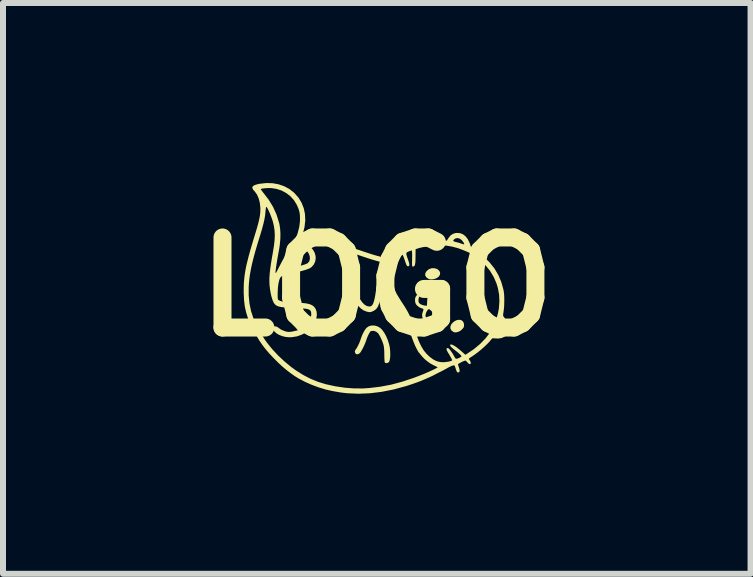
<source format=kicad_pcb>
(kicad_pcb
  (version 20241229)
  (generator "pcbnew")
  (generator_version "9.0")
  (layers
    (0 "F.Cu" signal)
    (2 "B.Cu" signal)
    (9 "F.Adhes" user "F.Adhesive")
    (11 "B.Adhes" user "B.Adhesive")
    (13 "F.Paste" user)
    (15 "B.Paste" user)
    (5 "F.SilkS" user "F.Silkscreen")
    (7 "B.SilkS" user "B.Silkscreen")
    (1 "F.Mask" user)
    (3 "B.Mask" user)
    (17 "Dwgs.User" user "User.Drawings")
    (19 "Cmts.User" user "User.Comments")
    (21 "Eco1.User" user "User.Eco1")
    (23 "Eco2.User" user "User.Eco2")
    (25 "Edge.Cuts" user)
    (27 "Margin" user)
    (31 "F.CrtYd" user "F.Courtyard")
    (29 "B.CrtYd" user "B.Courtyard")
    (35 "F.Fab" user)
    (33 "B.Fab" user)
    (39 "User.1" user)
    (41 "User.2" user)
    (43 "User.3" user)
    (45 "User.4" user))
  (footprint "LOGO"
    (layer "F.Cu")
    (at 3.229 1.729)
    (property "Reference" "LOGO" (at 0 0 0) (layer "F.SilkS") (effects (font (size 1.5 1.5) (thickness 0.3))))
    (attr board_only exclude_from_pos_files exclude_from_bom)
    (fp_poly (pts (xy 0.995 -0.3) (xy 1.015 -0.29) (xy 1.043 -0.263) (xy 1.055 -0.233) (xy 1.052 -0.202) (xy 1.035 -0.173) (xy 1.005 -0.149) (xy 0.967 -0.132) (xy 0.92 -0.123) (xy 0.882 -0.125) (xy 0.851 -0.138) (xy 0.82 -0.164) (xy 0.806 -0.194) (xy 0.809 -0.227) (xy 0.828 -0.26) (xy 0.864 -0.291) (xy 0.907 -0.308) (xy 0.952 -0.311)) (stroke (width 0) (type solid)) (fill yes) (layer "F.SilkS"))
    (fp_poly (pts (xy 1.406 0.555) (xy 1.433 0.575) (xy 1.45 0.606) (xy 1.454 0.638) (xy 1.452 0.663) (xy 1.443 0.683) (xy 1.423 0.706) (xy 1.421 0.708) (xy 1.391 0.734) (xy 1.359 0.75) (xy 1.354 0.752) (xy 1.323 0.759) (xy 1.302 0.76) (xy 1.282 0.754) (xy 1.27 0.748) (xy 1.241 0.725) (xy 1.227 0.696) (xy 1.226 0.663) (xy 1.238 0.63) (xy 1.263 0.599) (xy 1.298 0.572) (xy 1.329 0.557) (xy 1.37 0.549)) (stroke (width 0) (type solid)) (fill yes) (layer "F.SilkS"))
    (fp_poly (pts (xy -0.384 -0.214) (xy -0.372 -0.206) (xy -0.363 -0.189) (xy -0.358 -0.161) (xy -0.354 -0.12) (xy -0.352 -0.089) (xy -0.344 -0.005) (xy -0.328 0.074) (xy -0.306 0.145) (xy -0.278 0.207) (xy -0.244 0.258) (xy -0.207 0.296) (xy -0.167 0.32) (xy -0.124 0.329) (xy -0.123 0.329) (xy -0.101 0.325) (xy -0.083 0.313) (xy -0.067 0.291) (xy -0.053 0.258) (xy -0.04 0.212) (xy -0.028 0.152) (xy -0.016 0.076) (xy -0.013 0.05) (xy -0.004 -0.01) (xy 0.005 -0.054) (xy 0.014 -0.085) (xy 0.026 -0.103) (xy 0.04 -0.111) (xy 0.058 -0.111) (xy 0.069 -0.108) (xy 0.085 -0.1) (xy 0.094 -0.087) (xy 0.097 -0.065) (xy 0.095 -0.031) (xy 0.09 0.009) (xy 0.076 0.094) (xy 0.064 0.163) (xy 0.053 0.219) (xy 0.042 0.264) (xy 0.031 0.299) (xy 0.019 0.327) (xy 0.006 0.349) (xy -0.009 0.368) (xy -0.02 0.379) (xy -0.041 0.394) (xy -0.069 0.409) (xy -0.096 0.419) (xy -0.118 0.423) (xy -0.121 0.423) (xy -0.132 0.421) (xy -0.153 0.417) (xy -0.163 0.415) (xy -0.215 0.396) (xy -0.266 0.362) (xy -0.313 0.315) (xy -0.355 0.256) (xy -0.37 0.229) (xy -0.397 0.167) (xy -0.419 0.094) (xy -0.436 0.016) (xy -0.446 -0.06) (xy -0.449 -0.129) (xy -0.448 -0.143) (xy -0.444 -0.18) (xy -0.436 -0.202) (xy -0.423 -0.213) (xy -0.401 -0.216) (xy -0.401 -0.216)) (stroke (width 0) (type solid)) (fill yes) (layer "F.SilkS"))
    (fp_poly (pts (xy 0.008 0.658) (xy 0.051 0.681) (xy 0.088 0.716) (xy 0.124 0.765) (xy 0.156 0.824) (xy 0.184 0.891) (xy 0.206 0.962) (xy 0.217 1.014) (xy 0.222 1.063) (xy 0.224 1.114) (xy 0.223 1.163) (xy 0.218 1.206) (xy 0.21 1.238) (xy 0.205 1.25) (xy 0.187 1.265) (xy 0.165 1.272) (xy 0.144 1.27) (xy 0.133 1.261) (xy 0.13 1.249) (xy 0.128 1.223) (xy 0.126 1.187) (xy 0.125 1.143) (xy 0.125 1.129) (xy 0.124 1.073) (xy 0.121 1.03) (xy 0.117 0.996) (xy 0.111 0.966) (xy 0.107 0.952) (xy 0.091 0.908) (xy 0.071 0.862) (xy 0.05 0.82) (xy 0.03 0.786) (xy 0.019 0.772) (xy -0.013 0.747) (xy -0.05 0.734) (xy -0.089 0.736) (xy -0.1 0.739) (xy -0.111 0.75) (xy -0.126 0.773) (xy -0.142 0.804) (xy -0.158 0.84) (xy -0.172 0.877) (xy -0.176 0.891) (xy -0.19 0.929) (xy -0.208 0.972) (xy -0.228 1.015) (xy -0.25 1.055) (xy -0.269 1.087) (xy -0.28 1.101) (xy -0.303 1.119) (xy -0.328 1.125) (xy -0.348 1.119) (xy -0.353 1.114) (xy -0.367 1.087) (xy -0.363 1.062) (xy -0.354 1.049) (xy -0.336 1.023) (xy -0.315 0.985) (xy -0.293 0.939) (xy -0.274 0.889) (xy -0.268 0.87) (xy -0.248 0.815) (xy -0.223 0.762) (xy -0.198 0.718) (xy -0.173 0.685) (xy -0.17 0.683) (xy -0.134 0.658) (xy -0.09 0.645) (xy -0.041 0.645)) (stroke (width 0) (type solid)) (fill yes) (layer "F.SilkS"))
    (fp_poly (pts (xy 0.917 0.133) (xy 0.944 0.139) (xy 0.98 0.15) (xy 1.019 0.165) (xy 1.058 0.182) (xy 1.092 0.198) (xy 1.115 0.212) (xy 1.119 0.216) (xy 1.126 0.223) (xy 1.129 0.232) (xy 1.128 0.246) (xy 1.122 0.268) (xy 1.112 0.301) (xy 1.107 0.317) (xy 1.089 0.371) (xy 1.073 0.41) (xy 1.058 0.437) (xy 1.042 0.454) (xy 1.024 0.462) (xy 1.02 0.463) (xy 0.991 0.461) (xy 0.956 0.443) (xy 0.917 0.411) (xy 0.904 0.398) (xy 0.886 0.382) (xy 0.872 0.373) (xy 0.869 0.372) (xy 0.853 0.38) (xy 0.836 0.402) (xy 0.82 0.434) (xy 0.818 0.44) (xy 0.811 0.48) (xy 0.819 0.513) (xy 0.843 0.539) (xy 0.881 0.556) (xy 0.885 0.557) (xy 0.904 0.568) (xy 0.909 0.586) (xy 0.898 0.604) (xy 0.888 0.612) (xy 0.876 0.612) (xy 0.865 0.608) (xy 0.824 0.59) (xy 0.795 0.568) (xy 0.774 0.541) (xy 0.756 0.498) (xy 0.755 0.455) (xy 0.766 0.418) (xy 0.776 0.39) (xy 0.777 0.374) (xy 0.768 0.365) (xy 0.755 0.361) (xy 0.725 0.35) (xy 0.694 0.331) (xy 0.667 0.308) (xy 0.649 0.286) (xy 0.648 0.283) (xy 0.637 0.24) (xy 0.638 0.196) (xy 0.647 0.167) (xy 0.664 0.142) (xy 0.681 0.133) (xy 0.699 0.141) (xy 0.7 0.142) (xy 0.708 0.155) (xy 0.705 0.172) (xy 0.703 0.177) (xy 0.694 0.207) (xy 0.694 0.239) (xy 0.701 0.265) (xy 0.703 0.269) (xy 0.727 0.289) (xy 0.761 0.304) (xy 0.799 0.313) (xy 0.801 0.313) (xy 0.835 0.316) (xy 0.839 0.236) (xy 0.843 0.191) (xy 0.85 0.16) (xy 0.861 0.142) (xy 0.88 0.133) (xy 0.906 0.132)) (stroke (width 0) (type solid)) (fill yes) (layer "F.SilkS"))
    (fp_poly (pts (xy -1.737 -1.726) (xy -1.637 -1.708) (xy -1.544 -1.676) (xy -1.458 -1.63) (xy -1.382 -1.571) (xy -1.372 -1.561) (xy -1.304 -1.484) (xy -1.253 -1.399) (xy -1.217 -1.308) (xy -1.197 -1.211) (xy -1.192 -1.108) (xy -1.204 -0.999) (xy -1.232 -0.886) (xy -1.234 -0.881) (xy -1.244 -0.849) (xy -1.251 -0.825) (xy -1.255 -0.811) (xy -1.255 -0.81) (xy -1.247 -0.808) (xy -1.225 -0.806) (xy -1.193 -0.805) (xy -1.16 -0.805) (xy -1.058 -0.8) (xy -0.945 -0.788) (xy -0.825 -0.768) (xy -0.704 -0.741) (xy -0.584 -0.709) (xy -0.502 -0.683) (xy -0.388 -0.643) (xy -0.289 -0.61) (xy -0.203 -0.581) (xy -0.13 -0.557) (xy -0.067 -0.537) (xy -0.014 -0.521) (xy 0.032 -0.509) (xy 0.071 -0.499) (xy 0.104 -0.492) (xy 0.134 -0.486) (xy 0.142 -0.485) (xy 0.21 -0.476) (xy 0.245 -0.508) (xy 0.266 -0.526) (xy 0.281 -0.541) (xy 0.286 -0.546) (xy 0.295 -0.553) (xy 0.314 -0.566) (xy 0.335 -0.579) (xy 0.359 -0.596) (xy 0.376 -0.611) (xy 0.381 -0.62) (xy 0.376 -0.634) (xy 0.364 -0.656) (xy 0.354 -0.671) (xy 0.336 -0.701) (xy 0.331 -0.725) (xy 0.34 -0.739) (xy 0.352 -0.743) (xy 0.365 -0.74) (xy 0.38 -0.726) (xy 0.397 -0.702) (xy 0.418 -0.672) (xy 0.433 -0.654) (xy 0.449 -0.648) (xy 0.471 -0.651) (xy 0.503 -0.662) (xy 0.509 -0.665) (xy 0.572 -0.688) (xy 0.567 -0.729) (xy 0.565 -0.764) (xy 0.571 -0.783) (xy 0.586 -0.791) (xy 0.601 -0.784) (xy 0.613 -0.766) (xy 0.618 -0.749) (xy 0.624 -0.728) (xy 0.631 -0.715) (xy 0.632 -0.714) (xy 0.644 -0.714) (xy 0.667 -0.718) (xy 0.697 -0.725) (xy 0.699 -0.726) (xy 0.776 -0.745) (xy 0.857 -0.758) (xy 0.928 -0.765) (xy 1.274 -0.765) (xy 1.287 -0.755) (xy 1.317 -0.746) (xy 1.322 -0.745) (xy 1.358 -0.736) (xy 1.395 -0.725) (xy 1.411 -0.719) (xy 1.435 -0.711) (xy 1.451 -0.707) (xy 1.456 -0.707) (xy 1.455 -0.716) (xy 1.448 -0.733) (xy 1.444 -0.741) (xy 1.415 -0.778) (xy 1.382 -0.802) (xy 1.348 -0.812) (xy 1.315 -0.807) (xy 1.295 -0.796) (xy 1.277 -0.778) (xy 1.274 -0.765) (xy 0.928 -0.765) (xy 0.945 -0.767) (xy 1.044 -0.77) (xy 1.066 -0.77) (xy 1.167 -0.77) (xy 1.193 -0.811) (xy 1.228 -0.855) (xy 1.268 -0.882) (xy 1.315 -0.896) (xy 1.332 -0.898) (xy 1.387 -0.894) (xy 1.437 -0.874) (xy 1.481 -0.839) (xy 1.518 -0.79) (xy 1.547 -0.729) (xy 1.558 -0.697) (xy 1.569 -0.664) (xy 1.581 -0.643) (xy 1.599 -0.628) (xy 1.6 -0.627) (xy 1.66 -0.588) (xy 1.721 -0.544) (xy 1.779 -0.498) (xy 1.831 -0.454) (xy 1.872 -0.414) (xy 1.879 -0.407) (xy 1.959 -0.307) (xy 2.024 -0.198) (xy 2.074 -0.081) (xy 2.109 0.044) (xy 2.115 0.074) (xy 2.121 0.123) (xy 2.124 0.184) (xy 2.124 0.252) (xy 2.122 0.32) (xy 2.116 0.383) (xy 2.111 0.421) (xy 2.106 0.454) (xy 2.104 0.474) (xy 2.107 0.488) (xy 2.116 0.501) (xy 2.125 0.512) (xy 2.143 0.538) (xy 2.161 0.569) (xy 2.168 0.585) (xy 2.189 0.648) (xy 2.195 0.705) (xy 2.186 0.756) (xy 2.164 0.798) (xy 2.129 0.831) (xy 2.083 0.853) (xy 2.026 0.862) (xy 1.982 0.861) (xy 1.951 0.858) (xy 1.931 0.859) (xy 1.92 0.863) (xy 1.911 0.872) (xy 1.91 0.874) (xy 1.881 0.91) (xy 1.841 0.952) (xy 1.793 0.998) (xy 1.74 1.045) (xy 1.685 1.09) (xy 1.632 1.129) (xy 1.605 1.148) (xy 1.574 1.168) (xy 1.55 1.185) (xy 1.535 1.197) (xy 1.532 1.2) (xy 1.537 1.209) (xy 1.548 1.225) (xy 1.549 1.227) (xy 1.562 1.249) (xy 1.566 1.269) (xy 1.561 1.286) (xy 1.548 1.289) (xy 1.53 1.28) (xy 1.51 1.26) (xy 1.51 1.259) (xy 1.493 1.241) (xy 1.479 1.23) (xy 1.475 1.229) (xy 1.462 1.233) (xy 1.438 1.242) (xy 1.411 1.255) (xy 1.385 1.269) (xy 1.364 1.281) (xy 1.355 1.289) (xy 1.354 1.302) (xy 1.36 1.321) (xy 1.375 1.366) (xy 1.38 1.399) (xy 1.375 1.42) (xy 1.36 1.428) (xy 1.359 1.428) (xy 1.345 1.425) (xy 1.333 1.413) (xy 1.323 1.39) (xy 1.312 1.356) (xy 1.303 1.328) (xy 1.296 1.314) (xy 1.288 1.309) (xy 1.274 1.31) (xy 1.27 1.311) (xy 1.245 1.319) (xy 1.216 1.333) (xy 1.203 1.339) (xy 1.172 1.357) (xy 1.131 1.379) (xy 1.084 1.404) (xy 1.034 1.429) (xy 0.985 1.454) (xy 0.941 1.477) (xy 0.905 1.494) (xy 0.88 1.506) (xy 0.878 1.507) (xy 0.845 1.521) (xy 0.81 1.537) (xy 0.797 1.542) (xy 0.741 1.566) (xy 0.672 1.592) (xy 0.596 1.619) (xy 0.517 1.645) (xy 0.489 1.654) (xy 0.284 1.71) (xy 0.083 1.75) (xy -0.113 1.774) (xy -0.303 1.782) (xy -0.488 1.774) (xy -0.498 1.773) (xy -0.526 1.77) (xy -0.553 1.767) (xy -0.58 1.764) (xy -0.613 1.759) (xy -0.654 1.752) (xy -0.706 1.743) (xy -0.749 1.735) (xy -0.854 1.711) (xy -0.967 1.677) (xy -1.083 1.634) (xy -1.197 1.583) (xy -1.305 1.527) (xy -1.311 1.523) (xy -1.369 1.487) (xy -1.434 1.441) (xy -1.503 1.388) (xy -1.571 1.331) (xy -1.634 1.273) (xy -1.653 1.255) (xy -1.731 1.176) (xy -1.798 1.104) (xy -1.856 1.036) (xy -1.908 0.968) (xy -1.956 0.898) (xy -2.002 0.821) (xy -2.048 0.739) (xy -2.102 0.632) (xy -2.145 0.531) (xy -2.176 0.432) (xy -2.199 0.332) (xy -2.212 0.225) (xy -2.216 0.143) (xy -2.135 0.143) (xy -2.122 0.277) (xy -2.096 0.404) (xy -2.055 0.529) (xy -2.042 0.561) (xy -2.018 0.615) (xy -1.985 0.678) (xy -1.948 0.745) (xy -1.909 0.811) (xy -1.871 0.873) (xy -1.835 0.924) (xy -1.831 0.93) (xy -1.742 1.04) (xy -1.642 1.147) (xy -1.535 1.247) (xy -1.426 1.337) (xy -1.341 1.398) (xy -1.22 1.473) (xy -1.101 1.534) (xy -0.979 1.584) (xy -0.851 1.623) (xy -0.711 1.654) (xy -0.697 1.657) (xy -0.537 1.681) (xy -0.384 1.693) (xy -0.233 1.694) (xy -0.126 1.687) (xy 0.057 1.665) (xy 0.242 1.63) (xy 0.431 1.579) (xy 0.625 1.514) (xy 0.745 1.468) (xy 0.799 1.446) (xy 0.851 1.423) (xy 0.9 1.401) (xy 0.943 1.381) (xy 0.977 1.364) (xy 1.001 1.351) (xy 1.012 1.343) (xy 1.013 1.342) (xy 1.005 1.336) (xy 0.986 1.326) (xy 0.959 1.313) (xy 0.956 1.312) (xy 0.9 1.283) (xy 0.844 1.244) (xy 0.793 1.201) (xy 0.756 1.162) (xy 0.736 1.138) (xy 0.72 1.118) (xy 0.712 1.109) (xy 0.69 1.081) (xy 0.666 1.038) (xy 0.639 0.983) (xy 0.613 0.92) (xy 0.586 0.851) (xy 0.562 0.779) (xy 0.549 0.737) (xy 0.528 0.667) (xy 0.509 0.608) (xy 0.489 0.556) (xy 0.468 0.508) (xy 0.444 0.46) (xy 0.414 0.409) (xy 0.377 0.351) (xy 0.336 0.289) (xy 0.285 0.208) (xy 0.24 0.129) (xy 0.203 0.055) (xy 0.174 -0.012) (xy 0.158 -0.061) (xy 0.151 -0.095) (xy 0.146 -0.14) (xy 0.143 -0.19) (xy 0.142 -0.242) (xy 0.143 -0.25) (xy 0.227 -0.25) (xy 0.228 -0.18) (xy 0.238 -0.109) (xy 0.259 -0.036) (xy 0.291 0.042) (xy 0.335 0.125) (xy 0.391 0.217) (xy 0.415 0.254) (xy 0.466 0.332) (xy 0.507 0.401) (xy 0.541 0.466) (xy 0.571 0.532) (xy 0.598 0.602) (xy 0.624 0.683) (xy 0.636 0.723) (xy 0.67 0.828) (xy 0.705 0.918) (xy 0.742 0.994) (xy 0.782 1.06) (xy 0.827 1.115) (xy 0.877 1.164) (xy 0.881 1.167) (xy 0.939 1.21) (xy 0.996 1.239) (xy 1.054 1.254) (xy 1.118 1.257) (xy 1.191 1.248) (xy 1.209 1.244) (xy 1.239 1.236) (xy 1.253 1.227) (xy 1.255 1.221) (xy 1.25 1.208) (xy 1.238 1.185) (xy 1.221 1.154) (xy 1.204 1.125) (xy 1.179 1.084) (xy 1.165 1.055) (xy 1.161 1.036) (xy 1.166 1.025) (xy 1.181 1.021) (xy 1.185 1.021) (xy 1.198 1.028) (xy 1.216 1.047) (xy 1.238 1.075) (xy 1.261 1.109) (xy 1.282 1.145) (xy 1.289 1.158) (xy 1.302 1.181) (xy 1.314 1.196) (xy 1.319 1.199) (xy 1.333 1.199) (xy 1.355 1.192) (xy 1.379 1.182) (xy 1.399 1.17) (xy 1.41 1.161) (xy 1.411 1.159) (xy 1.406 1.148) (xy 1.391 1.131) (xy 1.365 1.107) (xy 1.326 1.075) (xy 1.287 1.045) (xy 1.25 1.014) (xy 1.228 0.989) (xy 1.22 0.972) (xy 1.226 0.963) (xy 1.24 0.961) (xy 1.261 0.967) (xy 1.293 0.984) (xy 1.333 1.011) (xy 1.378 1.047) (xy 1.428 1.09) (xy 1.44 1.101) (xy 1.475 1.133) (xy 1.506 1.114) (xy 1.62 1.037) (xy 1.723 0.951) (xy 1.814 0.857) (xy 1.877 0.774) (xy 1.997 0.774) (xy 2.012 0.779) (xy 2.036 0.777) (xy 2.062 0.769) (xy 2.068 0.766) (xy 2.091 0.745) (xy 2.102 0.713) (xy 2.1 0.67) (xy 2.093 0.639) (xy 2.085 0.618) (xy 2.077 0.607) (xy 2.076 0.606) (xy 2.068 0.613) (xy 2.058 0.632) (xy 2.053 0.643) (xy 2.041 0.672) (xy 2.024 0.707) (xy 2.015 0.724) (xy 2.003 0.748) (xy 1.997 0.767) (xy 1.997 0.774) (xy 1.877 0.774) (xy 1.89 0.756) (xy 1.946 0.66) (xy 1.966 0.615) (xy 1.986 0.559) (xy 2.004 0.496) (xy 2.02 0.434) (xy 2.031 0.378) (xy 2.034 0.362) (xy 2.043 0.243) (xy 2.038 0.131) (xy 2.018 0.023) (xy 1.996 -0.052) (xy 1.949 -0.162) (xy 1.887 -0.265) (xy 1.811 -0.359) (xy 1.721 -0.443) (xy 1.662 -0.488) (xy 1.628 -0.511) (xy 1.6 -0.531) (xy 1.579 -0.546) (xy 1.571 -0.552) (xy 1.556 -0.561) (xy 1.528 -0.574) (xy 1.493 -0.589) (xy 1.452 -0.606) (xy 1.411 -0.622) (xy 1.373 -0.636) (xy 1.342 -0.647) (xy 1.337 -0.648) (xy 1.251 -0.67) (xy 1.173 -0.684) (xy 1.095 -0.69) (xy 1.01 -0.689) (xy 1.004 -0.689) (xy 0.934 -0.684) (xy 0.863 -0.676) (xy 0.795 -0.666) (xy 0.734 -0.653) (xy 0.686 -0.64) (xy 0.68 -0.638) (xy 0.646 -0.626) (xy 0.645 -0.501) (xy 0.644 -0.442) (xy 0.641 -0.399) (xy 0.636 -0.369) (xy 0.628 -0.35) (xy 0.618 -0.34) (xy 0.605 -0.338) (xy 0.598 -0.338) (xy 0.593 -0.339) (xy 0.59 -0.345) (xy 0.588 -0.358) (xy 0.587 -0.379) (xy 0.587 -0.412) (xy 0.588 -0.459) (xy 0.588 -0.482) (xy 0.589 -0.526) (xy 0.588 -0.563) (xy 0.586 -0.591) (xy 0.584 -0.605) (xy 0.583 -0.606) (xy 0.571 -0.603) (xy 0.549 -0.595) (xy 0.532 -0.589) (xy 0.511 -0.58) (xy 0.498 -0.571) (xy 0.492 -0.558) (xy 0.493 -0.538) (xy 0.501 -0.509) (xy 0.515 -0.467) (xy 0.519 -0.459) (xy 0.534 -0.411) (xy 0.542 -0.377) (xy 0.541 -0.355) (xy 0.532 -0.344) (xy 0.52 -0.342) (xy 0.509 -0.344) (xy 0.5 -0.353) (xy 0.491 -0.371) (xy 0.479 -0.402) (xy 0.463 -0.451) (xy 0.449 -0.491) (xy 0.437 -0.519) (xy 0.43 -0.535) (xy 0.428 -0.537) (xy 0.414 -0.531) (xy 0.391 -0.518) (xy 0.364 -0.5) (xy 0.337 -0.48) (xy 0.318 -0.462) (xy 0.275 -0.412) (xy 0.246 -0.356) (xy 0.23 -0.291) (xy 0.227 -0.25) (xy 0.143 -0.25) (xy 0.144 -0.29) (xy 0.147 -0.33) (xy 0.152 -0.359) (xy 0.153 -0.361) (xy 0.158 -0.381) (xy 0.158 -0.392) (xy 0.157 -0.393) (xy 0.146 -0.396) (xy 0.122 -0.402) (xy 0.089 -0.409) (xy 0.063 -0.415) (xy 0.029 -0.423) (xy -0.015 -0.435) (xy -0.069 -0.451) (xy -0.136 -0.472) (xy -0.215 -0.498) (xy -0.307 -0.529) (xy -0.415 -0.565) (xy -0.528 -0.604) (xy -0.602 -0.628) (xy -0.684 -0.65) (xy -0.769 -0.67) (xy -0.854 -0.688) (xy -0.936 -0.702) (xy -1.01 -0.713) (xy -1.073 -0.718) (xy -1.096 -0.718) (xy -1.153 -0.718) (xy -1.105 -0.666) (xy -1.063 -0.616) (xy -1.036 -0.568) (xy -1.022 -0.52) (xy -1.018 -0.48) (xy -1.026 -0.423) (xy -1.05 -0.371) (xy -1.089 -0.327) (xy -1.09 -0.326) (xy -1.119 -0.308) (xy -1.166 -0.289) (xy -1.228 -0.27) (xy -1.308 -0.249) (xy -1.38 -0.233) (xy -1.43 -0.222) (xy -1.478 -0.211) (xy -1.519 -0.2) (xy -1.549 -0.191) (xy -1.556 -0.188) (xy -1.582 -0.177) (xy -1.601 -0.162) (xy -1.615 -0.141) (xy -1.626 -0.111) (xy -1.636 -0.068) (xy -1.641 -0.043) (xy -1.645 -0.01) (xy -1.649 0.031) (xy -1.651 0.075) (xy -1.652 0.119) (xy -1.652 0.159) (xy -1.651 0.19) (xy -1.648 0.21) (xy -1.646 0.213) (xy -1.628 0.227) (xy -1.594 0.24) (xy -1.547 0.251) (xy -1.489 0.259) (xy -1.421 0.265) (xy -1.346 0.268) (xy -1.319 0.268) (xy -1.239 0.27) (xy -1.173 0.277) (xy -1.121 0.289) (xy -1.08 0.306) (xy -1.049 0.329) (xy -1.025 0.359) (xy -1.024 0.36) (xy -1.004 0.411) (xy -0.999 0.467) (xy -1.007 0.525) (xy -1.029 0.584) (xy -1.063 0.641) (xy -1.107 0.695) (xy -1.162 0.743) (xy -1.226 0.785) (xy -1.259 0.801) (xy -1.33 0.826) (xy -1.412 0.839) (xy -1.458 0.841) (xy -1.517 0.836) (xy -1.576 0.822) (xy -1.631 0.8) (xy -1.677 0.772) (xy -1.71 0.74) (xy -1.713 0.737) (xy -1.728 0.707) (xy -1.729 0.682) (xy -1.719 0.666) (xy -1.7 0.658) (xy -1.674 0.662) (xy -1.645 0.677) (xy -1.632 0.688) (xy -1.596 0.713) (xy -1.548 0.734) (xy -1.539 0.737) (xy -1.508 0.747) (xy -1.483 0.751) (xy -1.459 0.752) (xy -1.427 0.749) (xy -1.409 0.746) (xy -1.334 0.729) (xy -1.266 0.7) (xy -1.205 0.661) (xy -1.155 0.615) (xy -1.119 0.563) (xy -1.116 0.557) (xy -1.1 0.512) (xy -1.092 0.466) (xy -1.094 0.427) (xy -1.098 0.413) (xy -1.106 0.398) (xy -1.118 0.386) (xy -1.136 0.377) (xy -1.162 0.369) (xy -1.198 0.364) (xy -1.247 0.359) (xy -1.309 0.356) (xy -1.359 0.354) (xy -1.434 0.35) (xy -1.495 0.347) (xy -1.543 0.343) (xy -1.581 0.339) (xy -1.61 0.334) (xy -1.634 0.328) (xy -1.654 0.321) (xy -1.666 0.316) (xy -1.693 0.297) (xy -1.715 0.27) (xy -1.734 0.231) (xy -1.751 0.177) (xy -1.756 0.161) (xy -1.77 0.098) (xy -1.78 0.039) (xy -1.787 -0.021) (xy -1.79 -0.082) (xy -1.79 -0.148) (xy -1.785 -0.219) (xy -1.776 -0.299) (xy -1.763 -0.39) (xy -1.746 -0.494) (xy -1.73 -0.584) (xy -1.713 -0.689) (xy -1.703 -0.781) (xy -1.7 -0.864) (xy -1.704 -0.94) (xy -1.715 -1.014) (xy -1.729 -1.075) (xy -1.741 -1.115) (xy -1.757 -1.159) (xy -1.774 -1.204) (xy -1.792 -1.246) (xy -1.809 -1.283) (xy -1.824 -1.311) (xy -1.836 -1.329) (xy -1.842 -1.333) (xy -1.846 -1.325) (xy -1.85 -1.303) (xy -1.853 -1.272) (xy -1.855 -1.253) (xy -1.861 -1.193) (xy -1.872 -1.127) (xy -1.889 -1.052) (xy -1.912 -0.966) (xy -1.941 -0.868) (xy -1.95 -0.839) (xy -1.991 -0.706) (xy -2.026 -0.587) (xy -2.055 -0.48) (xy -2.079 -0.383) (xy -2.098 -0.294) (xy -2.113 -0.211) (xy -2.124 -0.132) (xy -2.131 -0.056) (xy -2.135 0.000191) (xy -2.135 0.143) (xy -2.216 0.143) (xy -2.218 0.108) (xy -2.218 0.048) (xy -2.217 -0.019) (xy -2.214 -0.083) (xy -2.208 -0.146) (xy -2.2 -0.211) (xy -2.189 -0.278) (xy -2.175 -0.35) (xy -2.156 -0.428) (xy -2.134 -0.515) (xy -2.107 -0.613) (xy -2.075 -0.722) (xy -2.038 -0.845) (xy -2.025 -0.887) (xy -1.997 -0.98) (xy -1.975 -1.059) (xy -1.959 -1.127) (xy -1.948 -1.186) (xy -1.942 -1.239) (xy -1.94 -1.288) (xy -1.941 -1.323) (xy -1.95 -1.402) (xy -1.969 -1.474) (xy -1.996 -1.536) (xy -2.031 -1.585) (xy -2.038 -1.593) (xy -2.064 -1.622) (xy -2.066 -1.628) (xy -1.934 -1.628) (xy -1.93 -1.619) (xy -1.917 -1.601) (xy -1.898 -1.576) (xy -1.89 -1.566) (xy -1.801 -1.45) (xy -1.727 -1.328) (xy -1.67 -1.2) (xy -1.629 -1.068) (xy -1.622 -1.039) (xy -1.611 -0.965) (xy -1.606 -0.88) (xy -1.608 -0.79) (xy -1.617 -0.698) (xy -1.626 -0.636) (xy -1.642 -0.549) (xy -1.656 -0.469) (xy -1.668 -0.398) (xy -1.677 -0.339) (xy -1.683 -0.291) (xy -1.687 -0.259) (xy -1.687 -0.247) (xy -1.687 -0.234) (xy -1.685 -0.229) (xy -1.68 -0.232) (xy -1.671 -0.247) (xy -1.657 -0.273) (xy -1.645 -0.297) (xy -1.538 -0.297) (xy -1.538 -0.294) (xy -1.529 -0.296) (xy -1.506 -0.3) (xy -1.472 -0.307) (xy -1.43 -0.315) (xy -1.406 -0.32) (xy -1.322 -0.339) (xy -1.253 -0.356) (xy -1.2 -0.372) (xy -1.164 -0.387) (xy -1.148 -0.397) (xy -1.124 -0.428) (xy -1.115 -0.466) (xy -1.118 -0.51) (xy -1.135 -0.555) (xy -1.141 -0.565) (xy -1.16 -0.589) (xy -1.186 -0.616) (xy -1.217 -0.642) (xy -1.248 -0.666) (xy -1.275 -0.683) (xy -1.296 -0.692) (xy -1.3 -0.692) (xy -1.31 -0.685) (xy -1.324 -0.668) (xy -1.332 -0.655) (xy -1.347 -0.63) (xy -1.368 -0.596) (xy -1.389 -0.562) (xy -1.39 -0.561) (xy -1.411 -0.528) (xy -1.434 -0.489) (xy -1.458 -0.448) (xy -1.481 -0.407) (xy -1.502 -0.369) (xy -1.52 -0.336) (xy -1.532 -0.311) (xy -1.538 -0.297) (xy -1.645 -0.297) (xy -1.637 -0.313) (xy -1.633 -0.32) (xy -1.609 -0.367) (xy -1.584 -0.415) (xy -1.56 -0.459) (xy -1.541 -0.492) (xy -1.541 -0.493) (xy -1.52 -0.528) (xy -1.494 -0.57) (xy -1.466 -0.616) (xy -1.443 -0.652) (xy -1.404 -0.715) (xy -1.374 -0.769) (xy -1.35 -0.815) (xy -1.332 -0.857) (xy -1.317 -0.9) (xy -1.317 -0.901) (xy -1.293 -0.995) (xy -1.281 -1.085) (xy -1.28 -1.137) (xy -1.282 -1.196) (xy -1.289 -1.247) (xy -1.304 -1.298) (xy -1.328 -1.354) (xy -1.334 -1.367) (xy -1.38 -1.442) (xy -1.438 -1.507) (xy -1.507 -1.561) (xy -1.585 -1.603) (xy -1.67 -1.631) (xy -1.759 -1.645) (xy -1.78 -1.645) (xy -1.823 -1.645) (xy -1.864 -1.642) (xy -1.898 -1.638) (xy -1.923 -1.633) (xy -1.934 -1.628) (xy -2.066 -1.628) (xy -2.075 -1.648) (xy -2.071 -1.669) (xy -2.051 -1.687) (xy -2.015 -1.702) (xy -1.962 -1.715) (xy -1.948 -1.717) (xy -1.841 -1.729)) (stroke (width 0) (type solid)) (fill yes) (layer "F.SilkS")))
  (gr_rect
    (start -3 -3)
    (end 9.457 6.511)
    (stroke (width 0.1) (type default))
    (fill no)
    (layer "Edge.Cuts")))
</source>
